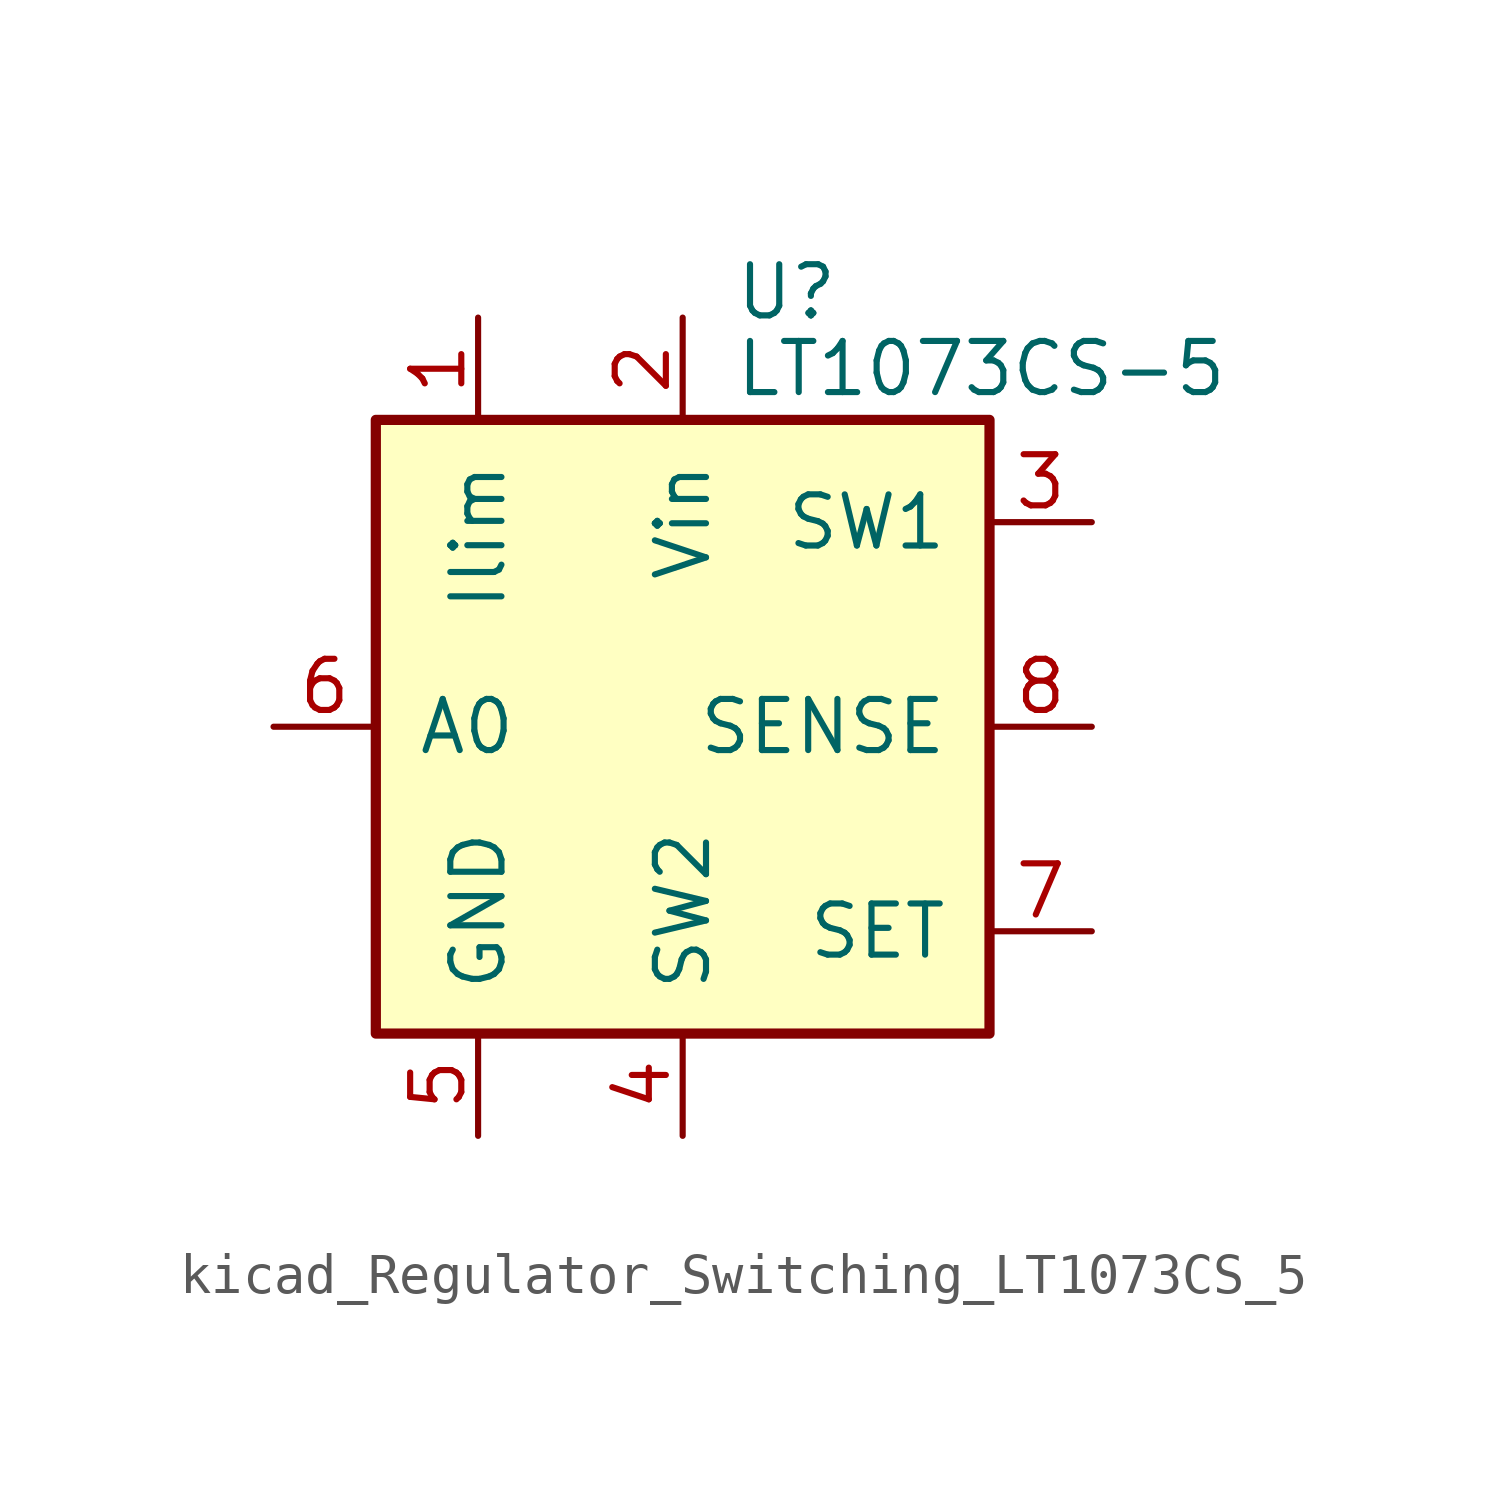
<source format=kicad_sym>
(kicad_symbol_lib
  (version 20220914)
  (generator kicad_symbol_editor)
  (symbol "kicad_Regulator_Switching_LT1073CS_5"
    (pin_names
      (offset 1.016))
    (property "Reference" "U"
      (at 1.27 10.795 0)
      (effects (font (size 1.27 1.27)) (justify left)))
    (property "Value" "LT1073CS-5"
      (at 1.27 8.89 0)
      (effects (font (size 1.27 1.27)) (justify left)))
    (symbol "kicad_Regulator_Switching_LT1073CS_5_0_1"
      (rectangle (start -7.62 7.62) (end 7.62 -7.62) (stroke (width 0.254) (type default)) (fill (type background))))
    (symbol "kicad_Regulator_Switching_LT1073CS_5_1_1"
      (pin input line (at -5.08 10.16 270) (length 2.54) (name "Ilim" (effects (font (size 1.27 1.27)))) (number "1" (effects (font (size 1.27 1.27)))))
      (pin power_in line (at 0 10.16 270) (length 2.54) (name "Vin" (effects (font (size 1.27 1.27)))) (number "2" (effects (font (size 1.27 1.27)))))
      (pin input line (at 10.16 5.08 180) (length 2.54) (name "SW1" (effects (font (size 1.27 1.27)))) (number "3" (effects (font (size 1.27 1.27)))))
      (pin input line (at 0 -10.16 90) (length 2.54) (name "SW2" (effects (font (size 1.27 1.27)))) (number "4" (effects (font (size 1.27 1.27)))))
      (pin power_in line (at -5.08 -10.16 90) (length 2.54) (name "GND" (effects (font (size 1.27 1.27)))) (number "5" (effects (font (size 1.27 1.27)))))
      (pin output line (at -10.16 0 0) (length 2.54) (name "A0" (effects (font (size 1.27 1.27)))) (number "6" (effects (font (size 1.27 1.27)))))
      (pin input line (at 10.16 -5.08 180) (length 2.54) (name "SET" (effects (font (size 1.27 1.27)))) (number "7" (effects (font (size 1.27 1.27)))))
      (pin input line (at 10.16 0 180) (length 2.54) (name "SENSE" (effects (font (size 1.27 1.27)))) (number "8" (effects (font (size 1.27 1.27))))))))
</source>
